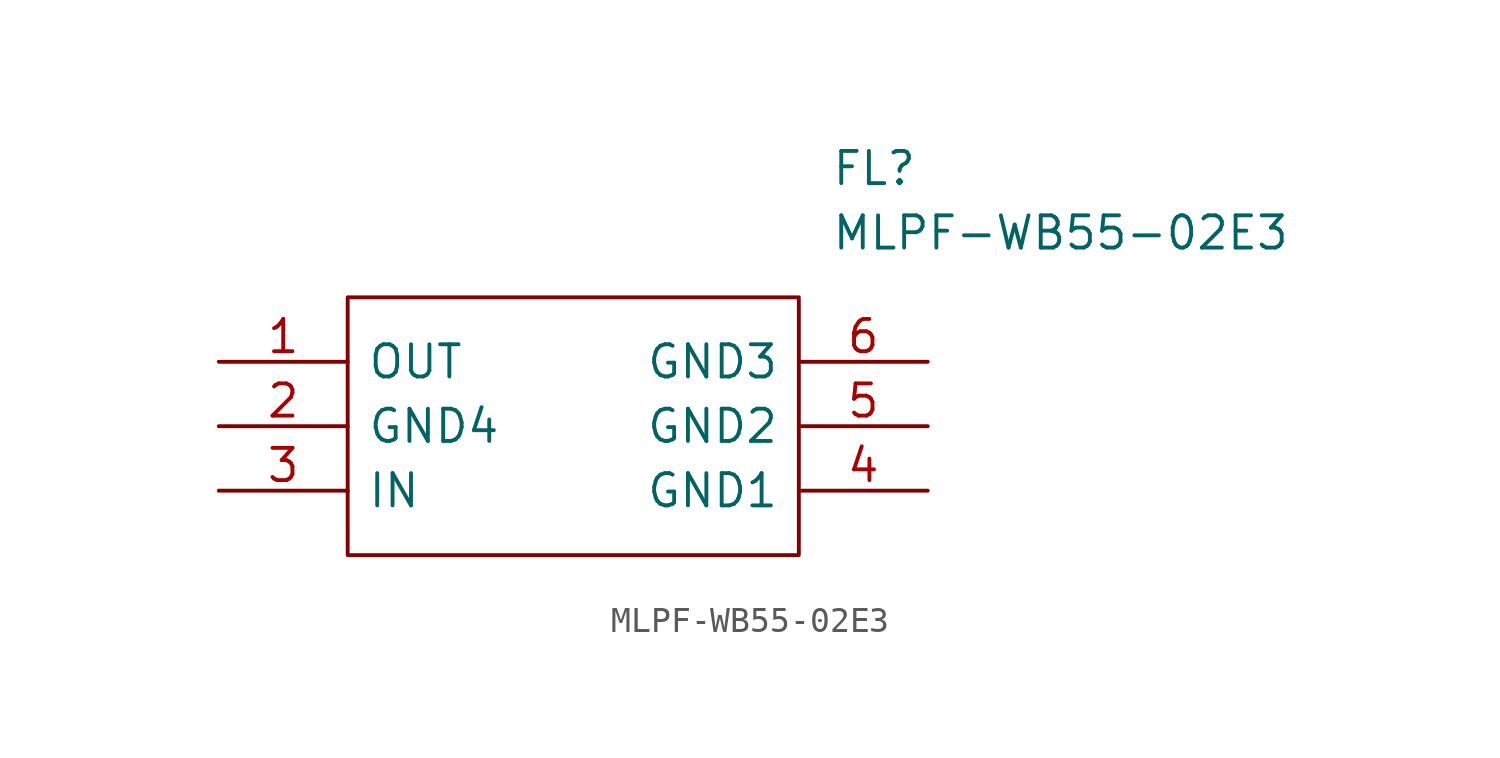
<source format=kicad_sym>
(kicad_symbol_lib
  (version 20211014)
  (generator kicad_symbol_editor)
  (symbol "MLPF-WB55-02E3"
    (pin_names
      (offset 0.762))
    (property "Reference" "FL"
      (at 24.13 7.62 0)
      (effects (font (size 1.27 1.27)) (justify left)))
    (property "Value" "MLPF-WB55-02E3"
      (at 24.13 5.08 0)
      (effects (font (size 1.27 1.27)) (justify left)))
    (symbol "MLPF-WB55-02E3_0_0"
      (pin passive line (at 0 0 0) (length 5.08) (name "OUT" (effects (font (size 1.27 1.27)))) (number "1" (effects (font (size 1.27 1.27)))))
      (pin passive line (at 0 -2.54 0) (length 5.08) (name "GND4" (effects (font (size 1.27 1.27)))) (number "2" (effects (font (size 1.27 1.27)))))
      (pin passive line (at 0 -5.08 0) (length 5.08) (name "IN" (effects (font (size 1.27 1.27)))) (number "3" (effects (font (size 1.27 1.27)))))
      (pin passive line (at 27.94 -5.08 180) (length 5.08) (name "GND1" (effects (font (size 1.27 1.27)))) (number "4" (effects (font (size 1.27 1.27)))))
      (pin passive line (at 27.94 -2.54 180) (length 5.08) (name "GND2" (effects (font (size 1.27 1.27)))) (number "5" (effects (font (size 1.27 1.27)))))
      (pin passive line (at 27.94 0 180) (length 5.08) (name "GND3" (effects (font (size 1.27 1.27)))) (number "6" (effects (font (size 1.27 1.27))))))
    (symbol "MLPF-WB55-02E3_0_1"
      (polyline (pts (xy 5.08 2.54) (xy 22.86 2.54) (xy 22.86 -7.62) (xy 5.08 -7.62) (xy 5.08 2.54)) (stroke (width 0.152) (type default) (color 0 0 0 0)) (fill (type none))))))
</source>
